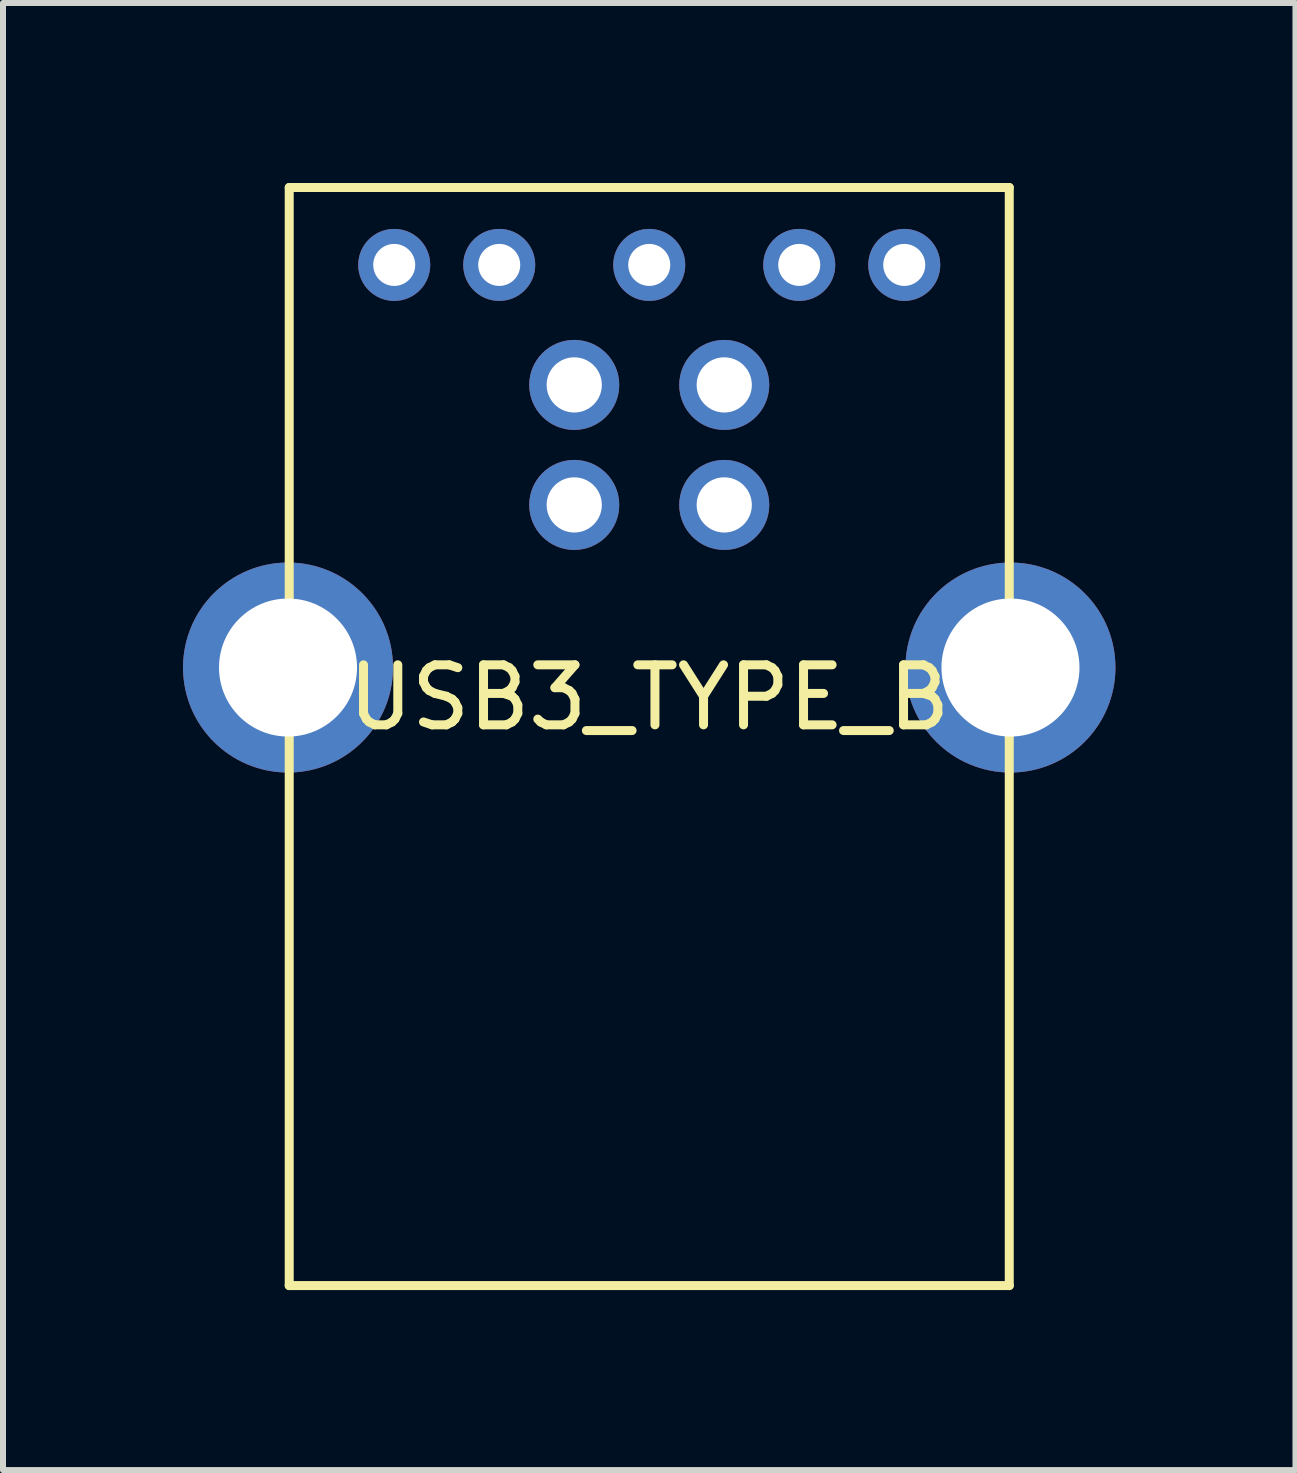
<source format=kicad_pcb>
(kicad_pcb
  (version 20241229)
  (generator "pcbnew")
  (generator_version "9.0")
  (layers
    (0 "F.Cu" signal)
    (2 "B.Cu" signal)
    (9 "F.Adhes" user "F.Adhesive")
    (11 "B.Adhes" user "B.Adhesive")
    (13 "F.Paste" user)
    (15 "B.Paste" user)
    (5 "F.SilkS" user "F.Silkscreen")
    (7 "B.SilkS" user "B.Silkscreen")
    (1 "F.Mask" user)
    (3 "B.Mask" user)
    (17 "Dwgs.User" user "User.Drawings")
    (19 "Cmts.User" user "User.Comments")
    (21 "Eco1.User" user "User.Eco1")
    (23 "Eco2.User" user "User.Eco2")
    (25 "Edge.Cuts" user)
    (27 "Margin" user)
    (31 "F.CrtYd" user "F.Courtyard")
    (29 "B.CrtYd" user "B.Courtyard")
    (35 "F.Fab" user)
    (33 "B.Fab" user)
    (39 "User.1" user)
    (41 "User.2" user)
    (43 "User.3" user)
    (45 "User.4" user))
  (footprint "USB3_TYPE_B"
    (layer "F.Cu")
    (at 7.77 8.075)
    (property "Reference" "USB3_TYPE_B" (at 0 0.5 0) (layer "F.SilkS") (effects (font (size 1 1) (thickness 0.15))))
    (attr through_hole)
    (fp_line (start -6 -8) (end -6 10.3) (stroke (width 0.15) (type solid)) (layer "F.SilkS"))
    (fp_line (start -6 10.3) (end 6 10.3) (stroke (width 0.15) (type solid)) (layer "F.SilkS"))
    (fp_line (start 6 -8) (end -6 -8) (stroke (width 0.15) (type solid)) (layer "F.SilkS"))
    (fp_line (start 6 10.3) (end 6 -8) (stroke (width 0.15) (type solid)) (layer "F.SilkS"))
    (pad "1" thru_hole circle (at 1.25 -4.71) (size 1.5 1.5) (drill 0.92) (layers "*.Cu" "*.Mask"))
    (pad "2" thru_hole circle (at -1.25 -4.71) (size 1.5 1.5) (drill 0.92) (layers "*.Cu" "*.Mask"))
    (pad "3" thru_hole circle (at -1.25 -2.71) (size 1.5 1.5) (drill 0.92) (layers "*.Cu" "*.Mask"))
    (pad "4" thru_hole circle (at 1.25 -2.71) (size 1.5 1.5) (drill 0.92) (layers "*.Cu" "*.Mask"))
    (pad "5" thru_hole circle (at -4.25 -6.71) (size 1.2 1.2) (drill 0.7) (layers "*.Cu" "*.Mask"))
    (pad "6" thru_hole circle (at -2.5 -6.71) (size 1.2 1.2) (drill 0.7) (layers "*.Cu" "*.Mask"))
    (pad "7" thru_hole circle (at 0 -6.71) (size 1.2 1.2) (drill 0.7) (layers "*.Cu" "*.Mask"))
    (pad "8" thru_hole circle (at 2.5 -6.71) (size 1.2 1.2) (drill 0.7) (layers "*.Cu" "*.Mask"))
    (pad "9" thru_hole circle (at 4.25 -6.71) (size 1.2 1.2) (drill 0.7) (layers "*.Cu" "*.Mask"))
    (pad "10" thru_hole circle (at -6.02 0) (size 3.5 3.5) (drill 2.3) (layers "*.Cu" "*.Mask"))
    (pad "10" thru_hole circle (at 6.02 0) (size 3.5 3.5) (drill 2.3) (layers "*.Cu" "*.Mask")))
  (gr_rect
    (start -3 -3)
    (end 18.54 21.45)
    (stroke (width 0.1) (type default))
    (fill no)
    (layer "Edge.Cuts")))
</source>
